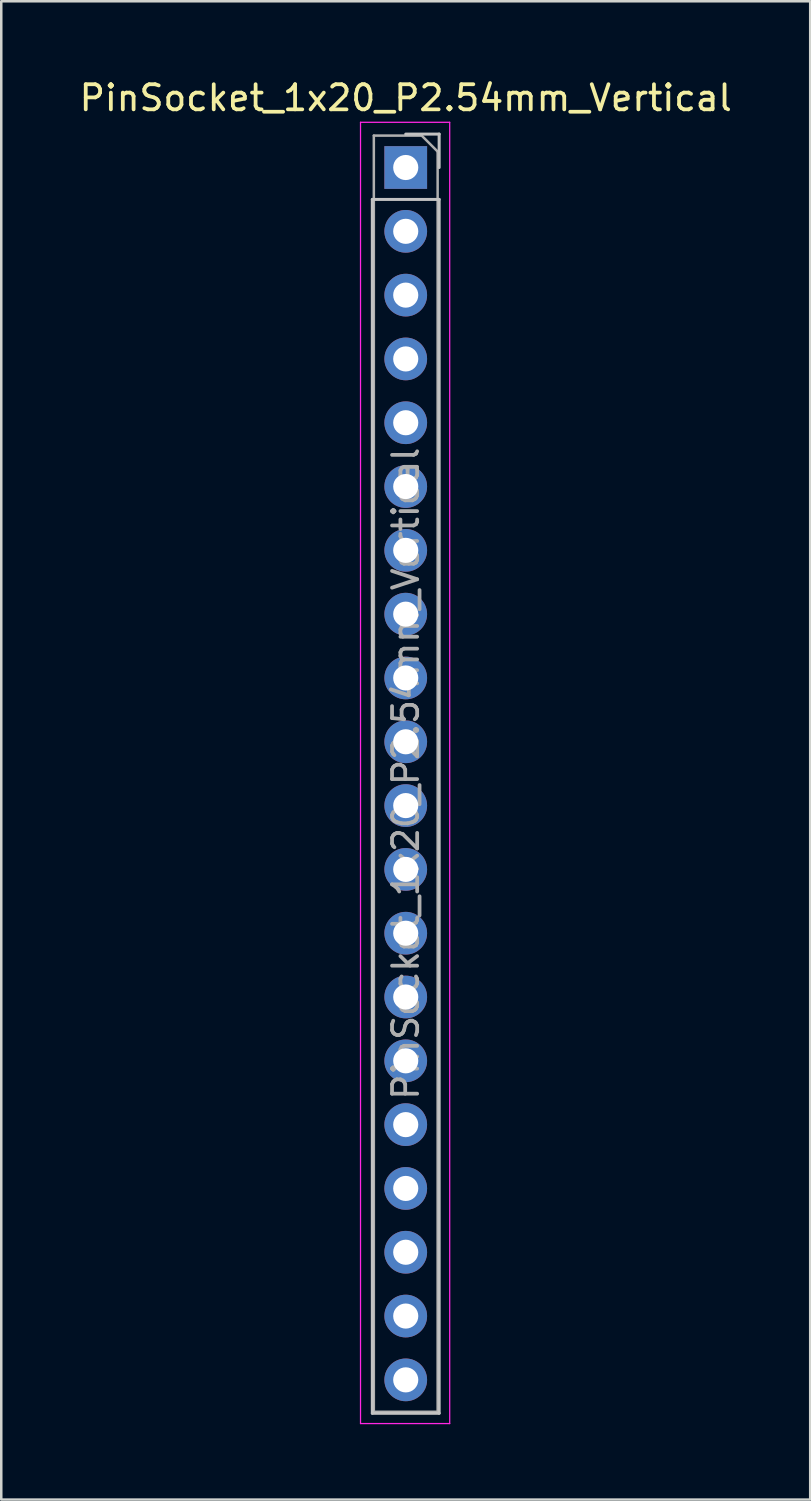
<source format=kicad_pcb>
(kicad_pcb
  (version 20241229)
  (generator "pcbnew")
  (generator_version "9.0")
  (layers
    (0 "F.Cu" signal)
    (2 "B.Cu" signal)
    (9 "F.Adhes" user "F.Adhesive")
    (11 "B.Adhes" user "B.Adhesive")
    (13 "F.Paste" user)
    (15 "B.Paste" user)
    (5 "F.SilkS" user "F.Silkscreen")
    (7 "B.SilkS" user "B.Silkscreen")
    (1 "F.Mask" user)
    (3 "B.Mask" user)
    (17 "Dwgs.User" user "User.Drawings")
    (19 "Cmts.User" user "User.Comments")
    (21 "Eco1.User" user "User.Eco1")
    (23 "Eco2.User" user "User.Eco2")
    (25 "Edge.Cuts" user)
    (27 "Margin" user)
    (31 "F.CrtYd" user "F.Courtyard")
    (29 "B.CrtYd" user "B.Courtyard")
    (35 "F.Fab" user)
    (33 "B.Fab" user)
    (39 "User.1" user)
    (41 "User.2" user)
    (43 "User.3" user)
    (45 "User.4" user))
  (footprint "PinSocket_1x20_P2.54mm_Vertical"
    (layer "F.Cu")
    (at 13.101 3.618)
    (property "Reference" "PinSocket_1x20_P2.54mm_Vertical" (at 0 -2.77 0) (layer "F.SilkS") (effects (font (size 1 1) (thickness 0.15))))
    (attr through_hole)
    (fp_line (start -1.33 1.27) (end -1.33 49.59) (stroke (width 0.12) (type solid)) (layer "Dwgs.User"))
    (fp_line (start -1.33 1.27) (end 1.33 1.27) (stroke (width 0.12) (type solid)) (layer "Dwgs.User"))
    (fp_line (start -1.33 49.59) (end 1.33 49.59) (stroke (width 0.12) (type solid)) (layer "Dwgs.User"))
    (fp_line (start 0 -1.33) (end 1.33 -1.33) (stroke (width 0.12) (type solid)) (layer "Dwgs.User"))
    (fp_line (start 1.33 -1.33) (end 1.33 0) (stroke (width 0.12) (type solid)) (layer "Dwgs.User"))
    (fp_line (start 1.33 1.27) (end 1.33 49.59) (stroke (width 0.12) (type solid)) (layer "Dwgs.User"))
    (fp_line (start -1.8 -1.8) (end 1.75 -1.8) (stroke (width 0.05) (type solid)) (layer "F.CrtYd"))
    (fp_line (start -1.8 50) (end -1.8 -1.8) (stroke (width 0.05) (type solid)) (layer "F.CrtYd"))
    (fp_line (start 1.75 -1.8) (end 1.75 50) (stroke (width 0.05) (type solid)) (layer "F.CrtYd"))
    (fp_line (start 1.75 50) (end -1.8 50) (stroke (width 0.05) (type solid)) (layer "F.CrtYd"))
    (fp_line (start -1.27 -1.27) (end 0.635 -1.27) (stroke (width 0.1) (type solid)) (layer "F.Fab"))
    (fp_line (start -1.27 49.53) (end -1.27 -1.27) (stroke (width 0.1) (type solid)) (layer "F.Fab"))
    (fp_line (start 0.635 -1.27) (end 1.27 -0.635) (stroke (width 0.1) (type solid)) (layer "F.Fab"))
    (fp_line (start 1.27 -0.635) (end 1.27 49.53) (stroke (width 0.1) (type solid)) (layer "F.Fab"))
    (fp_line (start 1.27 49.53) (end -1.27 49.53) (stroke (width 0.1) (type solid)) (layer "F.Fab"))
    (fp_text user "${REFERENCE}" (at 0 24.13 270) (layer "F.Fab") (effects (font (size 1 1) (thickness 0.15))))
    (pad "1" thru_hole rect (at 0 0) (size 1.7 1.7) (drill 1) (layers "*.Cu" "*.Mask"))
    (pad "2" thru_hole oval (at 0 2.54) (size 1.7 1.7) (drill 1) (layers "*.Cu" "*.Mask"))
    (pad "3" thru_hole oval (at 0 5.08) (size 1.7 1.7) (drill 1) (layers "*.Cu" "*.Mask"))
    (pad "4" thru_hole oval (at 0 7.62) (size 1.7 1.7) (drill 1) (layers "*.Cu" "*.Mask"))
    (pad "5" thru_hole oval (at 0 10.16) (size 1.7 1.7) (drill 1) (layers "*.Cu" "*.Mask"))
    (pad "6" thru_hole oval (at 0 12.7) (size 1.7 1.7) (drill 1) (layers "*.Cu" "*.Mask"))
    (pad "7" thru_hole oval (at 0 15.24) (size 1.7 1.7) (drill 1) (layers "*.Cu" "*.Mask"))
    (pad "8" thru_hole oval (at 0 17.78) (size 1.7 1.7) (drill 1) (layers "*.Cu" "*.Mask"))
    (pad "9" thru_hole oval (at 0 20.32) (size 1.7 1.7) (drill 1) (layers "*.Cu" "*.Mask"))
    (pad "10" thru_hole oval (at 0 22.86) (size 1.7 1.7) (drill 1) (layers "*.Cu" "*.Mask"))
    (pad "11" thru_hole oval (at 0 25.4) (size 1.7 1.7) (drill 1) (layers "*.Cu" "*.Mask"))
    (pad "12" thru_hole oval (at 0 27.94) (size 1.7 1.7) (drill 1) (layers "*.Cu" "*.Mask"))
    (pad "13" thru_hole oval (at 0 30.48) (size 1.7 1.7) (drill 1) (layers "*.Cu" "*.Mask"))
    (pad "14" thru_hole oval (at 0 33.02) (size 1.7 1.7) (drill 1) (layers "*.Cu" "*.Mask"))
    (pad "15" thru_hole oval (at 0 35.56) (size 1.7 1.7) (drill 1) (layers "*.Cu" "*.Mask"))
    (pad "16" thru_hole oval (at 0 38.1) (size 1.7 1.7) (drill 1) (layers "*.Cu" "*.Mask"))
    (pad "17" thru_hole oval (at 0 40.64) (size 1.7 1.7) (drill 1) (layers "*.Cu" "*.Mask"))
    (pad "18" thru_hole oval (at 0 43.18) (size 1.7 1.7) (drill 1) (layers "*.Cu" "*.Mask"))
    (pad "19" thru_hole oval (at 0 45.72) (size 1.7 1.7) (drill 1) (layers "*.Cu" "*.Mask"))
    (pad "20" thru_hole oval (at 0 48.26) (size 1.7 1.7) (drill 1) (layers "*.Cu" "*.Mask")))
  (gr_rect
    (start -3 -3)
    (end 29.202 56.643)
    (stroke (width 0.1) (type default))
    (fill no)
    (layer "Edge.Cuts")))
</source>
